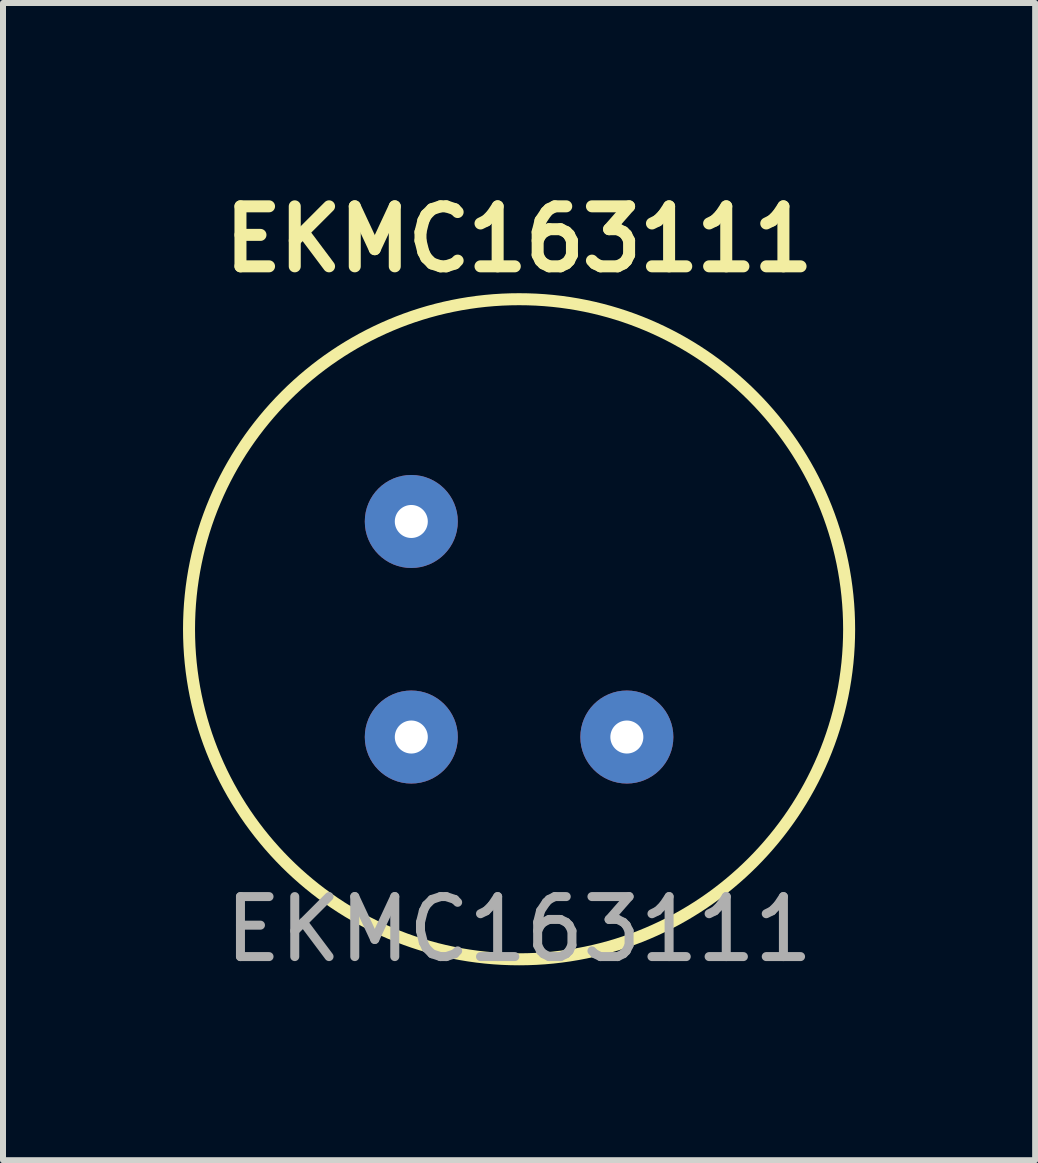
<source format=kicad_pcb>
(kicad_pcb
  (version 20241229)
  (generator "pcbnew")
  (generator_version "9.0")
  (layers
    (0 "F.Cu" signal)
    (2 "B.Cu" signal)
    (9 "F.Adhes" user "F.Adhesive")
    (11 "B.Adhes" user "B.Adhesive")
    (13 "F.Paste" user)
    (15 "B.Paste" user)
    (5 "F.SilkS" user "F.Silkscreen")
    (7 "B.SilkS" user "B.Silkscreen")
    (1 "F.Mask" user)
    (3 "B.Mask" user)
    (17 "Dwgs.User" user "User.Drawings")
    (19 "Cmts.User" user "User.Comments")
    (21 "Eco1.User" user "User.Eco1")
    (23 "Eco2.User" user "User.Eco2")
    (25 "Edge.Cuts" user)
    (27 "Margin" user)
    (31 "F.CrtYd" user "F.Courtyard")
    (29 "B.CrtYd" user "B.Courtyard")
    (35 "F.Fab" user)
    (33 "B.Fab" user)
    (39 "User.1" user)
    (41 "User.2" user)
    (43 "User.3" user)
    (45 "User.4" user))
  (footprint "EKMC163111"
    (layer "F.Cu")
    (at 5.6 7.436)
    (property "Reference" "EKMC163111" (at 0 -6.5 0) (unlocked yes) (layer "F.SilkS") (effects (font (size 1 1) (thickness 0.2))))
    (attr smd)
    (fp_circle (center 0 0) (end 5.5 0) (stroke (width 0.2) (type default)) (fill no) (layer "F.SilkS"))
    (fp_text user "${REFERENCE}" (at 0 5 0) (unlocked yes) (layer "F.Fab") (effects (font (size 1 1) (thickness 0.15))))
    (pad "1" thru_hole circle (at -1.796 -1.796) (size 1.55 1.55) (drill 0.55) (layers "*.Cu" "*.Mask"))
    (pad "2" thru_hole circle (at -1.796 1.796) (size 1.55 1.55) (drill 0.55) (layers "*.Cu" "*.Mask"))
    (pad "3" thru_hole circle (at 1.796 1.796) (size 1.55 1.55) (drill 0.55) (layers "*.Cu" "*.Mask")))
  (gr_rect
    (start -3 -3)
    (end 14.2 16.284)
    (stroke (width 0.1) (type default))
    (fill no)
    (layer "Edge.Cuts")))
</source>
